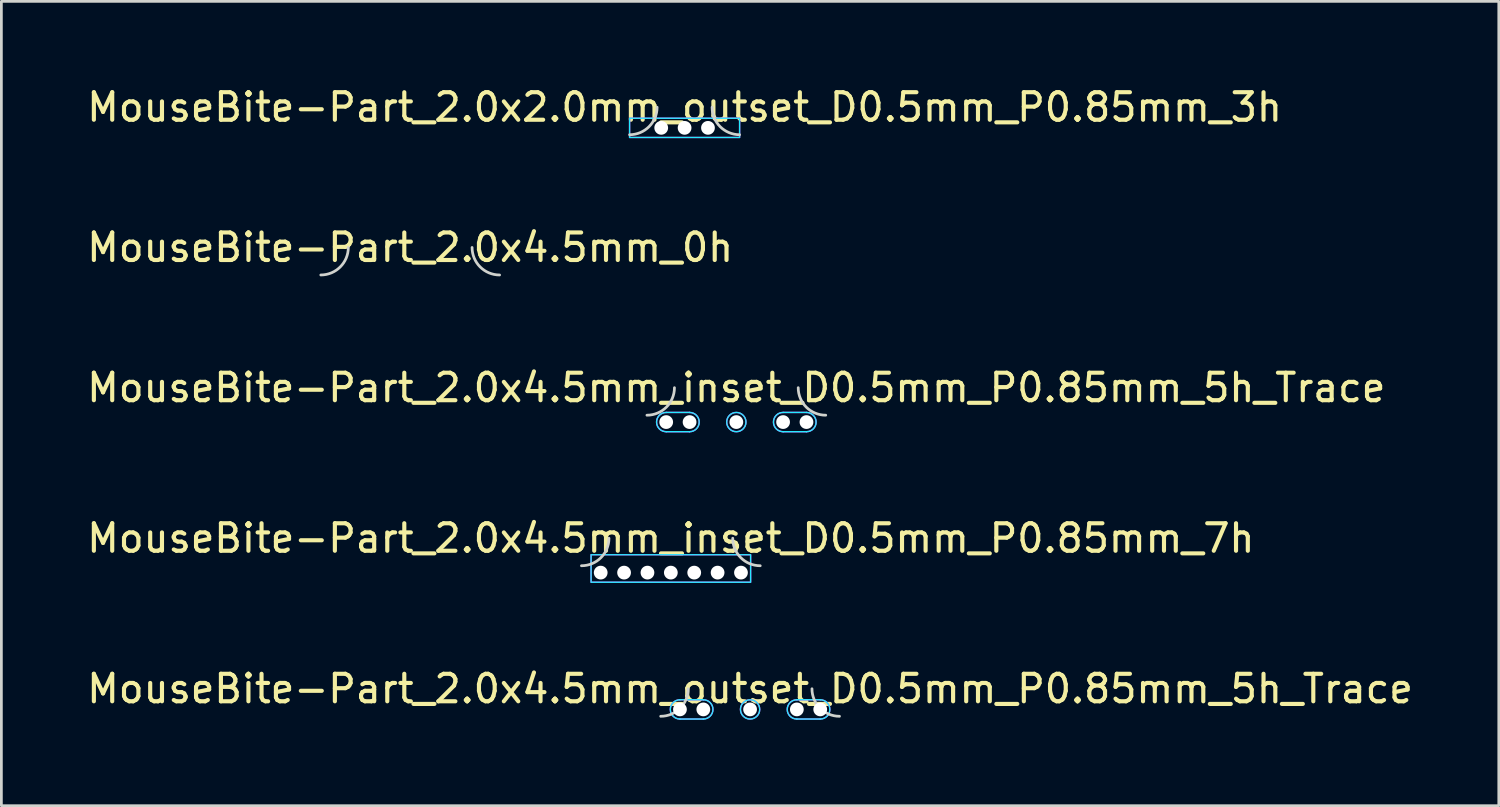
<source format=kicad_pcb>
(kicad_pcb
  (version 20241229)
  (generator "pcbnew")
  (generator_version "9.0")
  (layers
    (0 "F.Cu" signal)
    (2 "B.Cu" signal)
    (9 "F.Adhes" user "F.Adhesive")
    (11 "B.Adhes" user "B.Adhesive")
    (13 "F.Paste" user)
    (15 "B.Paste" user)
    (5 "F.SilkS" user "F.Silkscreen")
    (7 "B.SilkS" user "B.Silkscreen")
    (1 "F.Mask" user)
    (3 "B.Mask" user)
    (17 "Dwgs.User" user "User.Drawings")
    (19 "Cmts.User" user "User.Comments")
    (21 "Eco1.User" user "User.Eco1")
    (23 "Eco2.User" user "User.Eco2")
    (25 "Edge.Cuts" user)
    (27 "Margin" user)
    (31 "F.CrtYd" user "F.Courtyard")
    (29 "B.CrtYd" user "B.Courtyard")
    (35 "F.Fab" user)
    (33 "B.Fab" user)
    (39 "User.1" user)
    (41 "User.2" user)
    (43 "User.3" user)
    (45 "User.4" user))
  (footprint "MouseBite-Part_2.0x2.0mm_outset_D0.5mm_P0.85mm_3h"
    (layer "F.Cu")
    (at 21.839 1.848)
    (property "Reference" "MouseBite-Part_2.0x2.0mm_outset_D0.5mm_P0.85mm_3h" (at 0 -1 0) (layer "F.SilkS") (effects (font (size 1 1) (thickness 0.15))))
    (attr board_only exclude_from_pos_files exclude_from_bom dnp)
    (fp_arc (start -1 -1) (mid -1.292893 -0.292893) (end -2 0) (stroke (width 0.1) (type solid)) (layer "Edge.Cuts"))
    (fp_arc (start 2 0) (mid 1.292893 -0.292893) (end 1 -1) (stroke (width 0.1) (type solid)) (layer "Edge.Cuts"))
    (fp_rect (start -2 -0.6) (end 2 0.1) (stroke (width 0.05) (type solid)) (fill no) (layer "B.CrtYd"))
    (fp_rect (start -2 -0.6) (end 2 0.1) (stroke (width 0.05) (type solid)) (fill no) (layer "F.CrtYd"))
    (pad "" np_thru_hole circle (at -0.85 -0.25 180) (size 0.5 0.5) (drill 0.5) (layers "*.Cu" "*.Mask"))
    (pad "" np_thru_hole circle (at 0 -0.25 180) (size 0.5 0.5) (drill 0.5) (layers "*.Cu" "*.Mask"))
    (pad "" np_thru_hole circle (at 0.85 -0.25 180) (size 0.5 0.5) (drill 0.5) (layers "*.Cu" "*.Mask")))
  (footprint "MouseBite-Part_2.0x4.5mm_0h"
    (layer "F.Cu")
    (at 11.863 6.947)
    (property "Reference" "MouseBite-Part_2.0x4.5mm_0h" (at 0 -1 0) (layer "F.SilkS") (effects (font (size 1 1) (thickness 0.15))))
    (attr board_only exclude_from_pos_files exclude_from_bom dnp)
    (fp_arc (start -2.25 -1) (mid -2.542893 -0.292893) (end -3.25 0) (stroke (width 0.1) (type solid)) (layer "Edge.Cuts"))
    (fp_arc (start 3.25 0) (mid 2.542893 -0.292893) (end 2.25 -1) (stroke (width 0.1) (type solid)) (layer "Edge.Cuts")))
  (footprint "MouseBite-Part_2.0x4.5mm_outset_D0.5mm_P0.85mm_5h_Trace"
    (layer "F.Cu")
    (at 24.22 22.991)
    (property "Reference" "MouseBite-Part_2.0x4.5mm_outset_D0.5mm_P0.85mm_5h_Trace" (at 0 -1 0) (layer "F.SilkS") (effects (font (size 1 1) (thickness 0.15))))
    (attr board_only exclude_from_pos_files exclude_from_bom dnp)
    (fp_arc (start -2.25 -1) (mid -2.542893 -0.292893) (end -3.25 0) (stroke (width 0.1) (type solid)) (layer "Edge.Cuts"))
    (fp_arc (start 3.25 0) (mid 2.542893 -0.292893) (end 2.25 -1) (stroke (width 0.1) (type solid)) (layer "Edge.Cuts"))
    (fp_line (start -2.55 0.1) (end -1.7 0.1) (stroke (width 0.05) (type solid)) (layer "B.CrtYd"))
    (fp_line (start -1.7 -0.6) (end -2.55 -0.6) (stroke (width 0.05) (type solid)) (layer "B.CrtYd"))
    (fp_line (start 1.7 0.1) (end 2.55 0.1) (stroke (width 0.05) (type solid)) (layer "B.CrtYd"))
    (fp_line (start 2.55 -0.6) (end 1.7 -0.6) (stroke (width 0.05) (type solid)) (layer "B.CrtYd"))
    (fp_arc (start -2.55 0.1) (mid -2.9 -0.25) (end -2.55 -0.6) (stroke (width 0.05) (type solid)) (layer "B.CrtYd"))
    (fp_arc (start -1.7 -0.6) (mid -1.35 -0.25) (end -1.7 0.1) (stroke (width 0.05) (type solid)) (layer "B.CrtYd"))
    (fp_arc (start 1.7 0.1) (mid 1.35 -0.25) (end 1.7 -0.6) (stroke (width 0.05) (type solid)) (layer "B.CrtYd"))
    (fp_arc (start 2.55 -0.6) (mid 2.9 -0.25) (end 2.55 0.1) (stroke (width 0.05) (type solid)) (layer "B.CrtYd"))
    (fp_circle (center 0 -0.25) (end 0.35 -0.25) (stroke (width 0.05) (type solid)) (fill no) (layer "B.CrtYd"))
    (fp_line (start -2.55 0.1) (end -1.7 0.1) (stroke (width 0.05) (type solid)) (layer "F.CrtYd"))
    (fp_line (start -1.7 -0.6) (end -2.55 -0.6) (stroke (width 0.05) (type solid)) (layer "F.CrtYd"))
    (fp_line (start 1.7 0.1) (end 2.55 0.1) (stroke (width 0.05) (type solid)) (layer "F.CrtYd"))
    (fp_line (start 2.55 -0.6) (end 1.7 -0.6) (stroke (width 0.05) (type solid)) (layer "F.CrtYd"))
    (fp_arc (start -2.55 0.1) (mid -2.9 -0.25) (end -2.55 -0.6) (stroke (width 0.05) (type solid)) (layer "F.CrtYd"))
    (fp_arc (start -1.7 -0.6) (mid -1.35 -0.25) (end -1.7 0.1) (stroke (width 0.05) (type solid)) (layer "F.CrtYd"))
    (fp_arc (start 1.7 0.1) (mid 1.35 -0.25) (end 1.7 -0.6) (stroke (width 0.05) (type solid)) (layer "F.CrtYd"))
    (fp_arc (start 2.55 -0.6) (mid 2.9 -0.25) (end 2.55 0.1) (stroke (width 0.05) (type solid)) (layer "F.CrtYd"))
    (fp_circle (center 0 -0.25) (end 0.35 -0.25) (stroke (width 0.05) (type solid)) (fill no) (layer "F.CrtYd"))
    (pad "" np_thru_hole circle (at -2.55 -0.25 180) (size 0.5 0.5) (drill 0.5) (layers "*.Cu" "*.Mask"))
    (pad "" np_thru_hole circle (at -1.7 -0.25 180) (size 0.5 0.5) (drill 0.5) (layers "*.Cu" "*.Mask"))
    (pad "" np_thru_hole circle (at 0 -0.25 180) (size 0.5 0.5) (drill 0.5) (layers "*.Cu" "*.Mask"))
    (pad "" np_thru_hole circle (at 1.7 -0.25 180) (size 0.5 0.5) (drill 0.5) (layers "*.Cu" "*.Mask"))
    (pad "" np_thru_hole circle (at 2.55 -0.25 180) (size 0.5 0.5) (drill 0.5) (layers "*.Cu" "*.Mask")))
  (footprint "MouseBite-Part_2.0x4.5mm_inset_D0.5mm_P0.85mm_5h_Trace"
    (layer "F.Cu")
    (at 23.72 12.045)
    (property "Reference" "MouseBite-Part_2.0x4.5mm_inset_D0.5mm_P0.85mm_5h_Trace" (at 0 -1 0) (layer "F.SilkS") (effects (font (size 1 1) (thickness 0.15))))
    (attr board_only exclude_from_pos_files exclude_from_bom dnp)
    (fp_arc (start -2.25 -1) (mid -2.542893 -0.292893) (end -3.25 0) (stroke (width 0.1) (type solid)) (layer "Edge.Cuts"))
    (fp_arc (start 3.25 0) (mid 2.542893 -0.292893) (end 2.25 -1) (stroke (width 0.1) (type solid)) (layer "Edge.Cuts"))
    (fp_line (start -2.55 0.6) (end -1.7 0.6) (stroke (width 0.05) (type solid)) (layer "B.CrtYd"))
    (fp_line (start -1.7 -0.1) (end -2.55 -0.1) (stroke (width 0.05) (type solid)) (layer "B.CrtYd"))
    (fp_line (start 1.7 0.6) (end 2.55 0.6) (stroke (width 0.05) (type solid)) (layer "B.CrtYd"))
    (fp_line (start 2.55 -0.1) (end 1.7 -0.1) (stroke (width 0.05) (type solid)) (layer "B.CrtYd"))
    (fp_arc (start -2.55 0.6) (mid -2.9 0.25) (end -2.55 -0.1) (stroke (width 0.05) (type solid)) (layer "B.CrtYd"))
    (fp_arc (start -1.7 -0.1) (mid -1.35 0.25) (end -1.7 0.6) (stroke (width 0.05) (type solid)) (layer "B.CrtYd"))
    (fp_arc (start 1.7 0.6) (mid 1.35 0.25) (end 1.7 -0.1) (stroke (width 0.05) (type solid)) (layer "B.CrtYd"))
    (fp_arc (start 2.55 -0.1) (mid 2.9 0.25) (end 2.55 0.6) (stroke (width 0.05) (type solid)) (layer "B.CrtYd"))
    (fp_circle (center 0 0.25) (end 0.35 0.25) (stroke (width 0.05) (type solid)) (fill no) (layer "B.CrtYd"))
    (fp_line (start -2.55 0.6) (end -1.7 0.6) (stroke (width 0.05) (type solid)) (layer "F.CrtYd"))
    (fp_line (start -1.7 -0.1) (end -2.55 -0.1) (stroke (width 0.05) (type solid)) (layer "F.CrtYd"))
    (fp_line (start 1.7 0.6) (end 2.55 0.6) (stroke (width 0.05) (type solid)) (layer "F.CrtYd"))
    (fp_line (start 2.55 -0.1) (end 1.7 -0.1) (stroke (width 0.05) (type solid)) (layer "F.CrtYd"))
    (fp_arc (start -2.55 0.6) (mid -2.9 0.25) (end -2.55 -0.1) (stroke (width 0.05) (type solid)) (layer "F.CrtYd"))
    (fp_arc (start -1.7 -0.1) (mid -1.35 0.25) (end -1.7 0.6) (stroke (width 0.05) (type solid)) (layer "F.CrtYd"))
    (fp_arc (start 1.7 0.6) (mid 1.35 0.25) (end 1.7 -0.1) (stroke (width 0.05) (type solid)) (layer "F.CrtYd"))
    (fp_arc (start 2.55 -0.1) (mid 2.9 0.25) (end 2.55 0.6) (stroke (width 0.05) (type solid)) (layer "F.CrtYd"))
    (fp_circle (center 0 0.25) (end 0.35 0.25) (stroke (width 0.05) (type solid)) (fill no) (layer "F.CrtYd"))
    (pad "" np_thru_hole circle (at -2.55 0.25 180) (size 0.5 0.5) (drill 0.5) (layers "*.Cu" "*.Mask"))
    (pad "" np_thru_hole circle (at -1.7 0.25 180) (size 0.5 0.5) (drill 0.5) (layers "*.Cu" "*.Mask"))
    (pad "" np_thru_hole circle (at 0 0.25 180) (size 0.5 0.5) (drill 0.5) (layers "*.Cu" "*.Mask"))
    (pad "" np_thru_hole circle (at 1.7 0.25 180) (size 0.5 0.5) (drill 0.5) (layers "*.Cu" "*.Mask"))
    (pad "" np_thru_hole circle (at 2.55 0.25 180) (size 0.5 0.5) (drill 0.5) (layers "*.Cu" "*.Mask")))
  (footprint "MouseBite-Part_2.0x4.5mm_inset_D0.5mm_P0.85mm_7h"
    (layer "F.Cu")
    (at 21.339 17.518)
    (property "Reference" "MouseBite-Part_2.0x4.5mm_inset_D0.5mm_P0.85mm_7h" (at 0 -1 0) (layer "F.SilkS") (effects (font (size 1 1) (thickness 0.15))))
    (attr board_only exclude_from_pos_files exclude_from_bom dnp)
    (fp_arc (start -2.25 -1) (mid -2.542893 -0.292893) (end -3.25 0) (stroke (width 0.1) (type solid)) (layer "Edge.Cuts"))
    (fp_arc (start 3.25 0) (mid 2.542893 -0.292893) (end 2.25 -1) (stroke (width 0.1) (type solid)) (layer "Edge.Cuts"))
    (fp_rect (start -2.9 -0.4) (end 2.9 0.6) (stroke (width 0.05) (type solid)) (fill no) (layer "B.CrtYd"))
    (fp_rect (start -2.9 -0.4) (end 2.9 0.6) (stroke (width 0.05) (type solid)) (fill no) (layer "F.CrtYd"))
    (pad "" np_thru_hole circle (at -2.55 0.25 180) (size 0.5 0.5) (drill 0.5) (layers "*.Cu" "*.Mask"))
    (pad "" np_thru_hole circle (at -1.7 0.25 180) (size 0.5 0.5) (drill 0.5) (layers "*.Cu" "*.Mask"))
    (pad "" np_thru_hole circle (at -0.85 0.25 180) (size 0.5 0.5) (drill 0.5) (layers "*.Cu" "*.Mask"))
    (pad "" np_thru_hole circle (at 0 0.25 180) (size 0.5 0.5) (drill 0.5) (layers "*.Cu" "*.Mask"))
    (pad "" np_thru_hole circle (at 0.85 0.25 180) (size 0.5 0.5) (drill 0.5) (layers "*.Cu" "*.Mask"))
    (pad "" np_thru_hole circle (at 1.7 0.25 180) (size 0.5 0.5) (drill 0.5) (layers "*.Cu" "*.Mask"))
    (pad "" np_thru_hole circle (at 2.55 0.25 180) (size 0.5 0.5) (drill 0.5) (layers "*.Cu" "*.Mask")))
  (gr_rect
    (start -3 -3)
    (end 51.44 26.241)
    (stroke (width 0.1) (type default))
    (fill no)
    (layer "Edge.Cuts")))
</source>
